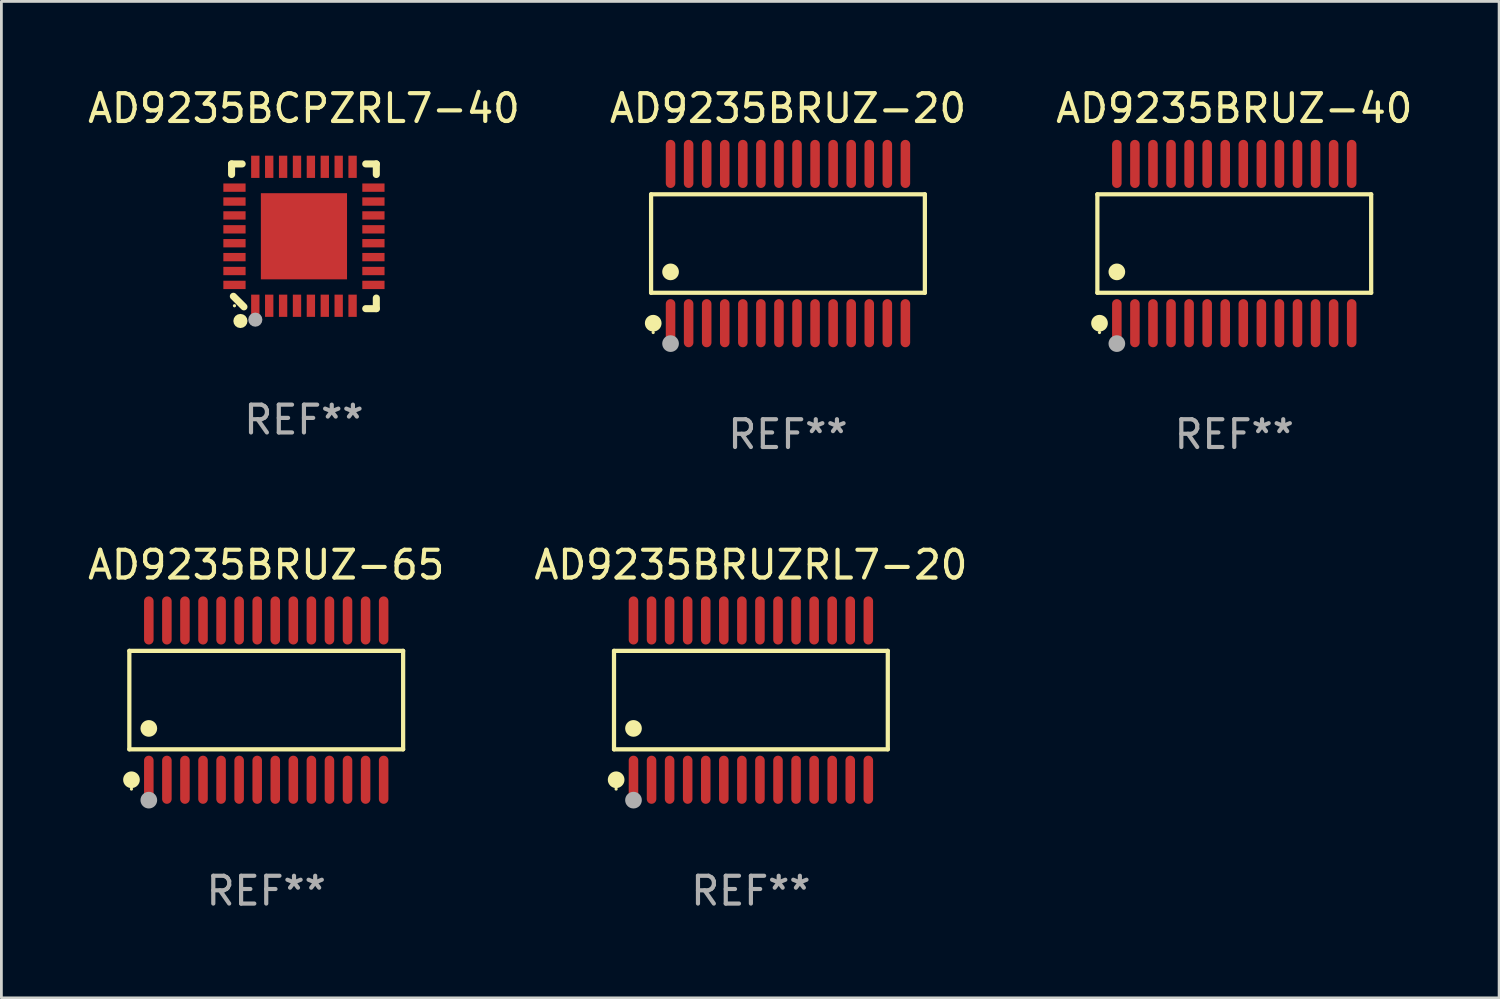
<source format=kicad_pcb>
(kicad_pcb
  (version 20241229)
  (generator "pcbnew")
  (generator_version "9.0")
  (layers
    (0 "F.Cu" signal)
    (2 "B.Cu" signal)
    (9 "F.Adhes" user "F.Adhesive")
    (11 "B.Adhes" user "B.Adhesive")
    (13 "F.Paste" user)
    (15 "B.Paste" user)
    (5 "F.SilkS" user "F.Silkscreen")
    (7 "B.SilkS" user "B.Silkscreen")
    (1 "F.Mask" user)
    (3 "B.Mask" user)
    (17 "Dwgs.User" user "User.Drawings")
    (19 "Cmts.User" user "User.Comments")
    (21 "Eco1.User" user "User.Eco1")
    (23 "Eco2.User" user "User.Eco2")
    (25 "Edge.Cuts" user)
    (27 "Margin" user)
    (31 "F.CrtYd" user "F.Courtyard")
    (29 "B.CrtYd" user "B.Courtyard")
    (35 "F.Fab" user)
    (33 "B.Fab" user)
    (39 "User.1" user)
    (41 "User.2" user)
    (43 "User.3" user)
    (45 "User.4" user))
  (footprint "AD9235BCPZRL7-40"
    (layer "F.Cu")
    (at 7.887 5.452)
    (property "Reference" "AD9235BCPZRL7-40" (at 0 -4.604 0) (layer "F.SilkS") (effects (font (size 1 1) (thickness 0.15))))
    (attr through_hole)
    (fp_line (start -2.604 -2.604) (end -2.604 -2.223) (stroke (width 0.254) (type solid)) (layer "F.SilkS"))
    (fp_line (start -2.54 2.159) (end -2.159 2.54) (stroke (width 0.254) (type solid)) (layer "F.SilkS"))
    (fp_line (start -2.223 -2.604) (end -2.604 -2.604) (stroke (width 0.254) (type solid)) (layer "F.SilkS"))
    (fp_line (start 2.223 2.604) (end 2.604 2.604) (stroke (width 0.254) (type solid)) (layer "F.SilkS"))
    (fp_line (start 2.604 -2.604) (end 2.223 -2.604) (stroke (width 0.254) (type solid)) (layer "F.SilkS"))
    (fp_line (start 2.604 -2.223) (end 2.604 -2.604) (stroke (width 0.254) (type solid)) (layer "F.SilkS"))
    (fp_line (start 2.604 2.604) (end 2.604 2.223) (stroke (width 0.254) (type solid)) (layer "F.SilkS"))
    (fp_circle (center -2.5 2.5) (end -2.47 2.5) (stroke (width 0.06) (type solid)) (fill no) (layer "F.SilkS"))
    (fp_circle (center -2.286 3.048) (end -2.159 3.048) (stroke (width 0.254) (type solid)) (fill no) (layer "F.SilkS"))
    (fp_circle (center -1.75 3) (end -1.623 3) (stroke (width 0.254) (type solid)) (fill no) (layer "F.Fab"))
    (fp_text user "REF**" (at 0 6.604 0) (layer "F.Fab") (effects (font (size 1 1) (thickness 0.15))))
    (pad "1" smd rect (at -1.75 2.5) (size 0.3 0.8) (layers "F.Cu" "F.Mask" "F.Paste"))
    (pad "2" smd rect (at -1.25 2.5) (size 0.3 0.8) (layers "F.Cu" "F.Mask" "F.Paste"))
    (pad "3" smd rect (at -0.75 2.5) (size 0.3 0.8) (layers "F.Cu" "F.Mask" "F.Paste"))
    (pad "4" smd rect (at -0.25 2.5) (size 0.3 0.8) (layers "F.Cu" "F.Mask" "F.Paste"))
    (pad "5" smd rect (at 0.25 2.5) (size 0.3 0.8) (layers "F.Cu" "F.Mask" "F.Paste"))
    (pad "6" smd rect (at 0.75 2.5) (size 0.3 0.8) (layers "F.Cu" "F.Mask" "F.Paste"))
    (pad "7" smd rect (at 1.25 2.5) (size 0.3 0.8) (layers "F.Cu" "F.Mask" "F.Paste"))
    (pad "8" smd rect (at 1.75 2.5) (size 0.3 0.8) (layers "F.Cu" "F.Mask" "F.Paste"))
    (pad "9" smd rect (at 2.5 1.75) (size 0.8 0.3) (layers "F.Cu" "F.Mask" "F.Paste"))
    (pad "10" smd rect (at 2.5 1.25) (size 0.8 0.3) (layers "F.Cu" "F.Mask" "F.Paste"))
    (pad "11" smd rect (at 2.5 0.75) (size 0.8 0.3) (layers "F.Cu" "F.Mask" "F.Paste"))
    (pad "12" smd rect (at 2.5 0.25) (size 0.8 0.3) (layers "F.Cu" "F.Mask" "F.Paste"))
    (pad "13" smd rect (at 2.5 -0.25) (size 0.8 0.3) (layers "F.Cu" "F.Mask" "F.Paste"))
    (pad "14" smd rect (at 2.5 -0.75) (size 0.8 0.3) (layers "F.Cu" "F.Mask" "F.Paste"))
    (pad "15" smd rect (at 2.5 -1.25) (size 0.8 0.3) (layers "F.Cu" "F.Mask" "F.Paste"))
    (pad "16" smd rect (at 2.5 -1.75) (size 0.8 0.3) (layers "F.Cu" "F.Mask" "F.Paste"))
    (pad "17" smd rect (at 1.75 -2.5) (size 0.3 0.8) (layers "F.Cu" "F.Mask" "F.Paste"))
    (pad "18" smd rect (at 1.25 -2.5) (size 0.3 0.8) (layers "F.Cu" "F.Mask" "F.Paste"))
    (pad "19" smd rect (at 0.75 -2.5) (size 0.3 0.8) (layers "F.Cu" "F.Mask" "F.Paste"))
    (pad "20" smd rect (at 0.25 -2.5) (size 0.3 0.8) (layers "F.Cu" "F.Mask" "F.Paste"))
    (pad "21" smd rect (at -0.25 -2.5) (size 0.3 0.8) (layers "F.Cu" "F.Mask" "F.Paste"))
    (pad "22" smd rect (at -0.75 -2.5) (size 0.3 0.8) (layers "F.Cu" "F.Mask" "F.Paste"))
    (pad "23" smd rect (at -1.25 -2.5) (size 0.3 0.8) (layers "F.Cu" "F.Mask" "F.Paste"))
    (pad "24" smd rect (at -1.75 -2.5) (size 0.3 0.8) (layers "F.Cu" "F.Mask" "F.Paste"))
    (pad "25" smd rect (at -2.5 -1.75) (size 0.8 0.3) (layers "F.Cu" "F.Mask" "F.Paste"))
    (pad "26" smd rect (at -2.5 -1.25) (size 0.8 0.3) (layers "F.Cu" "F.Mask" "F.Paste"))
    (pad "27" smd rect (at -2.5 -0.75) (size 0.8 0.3) (layers "F.Cu" "F.Mask" "F.Paste"))
    (pad "28" smd rect (at -2.5 -0.25) (size 0.8 0.3) (layers "F.Cu" "F.Mask" "F.Paste"))
    (pad "29" smd rect (at -2.5 0.25) (size 0.8 0.3) (layers "F.Cu" "F.Mask" "F.Paste"))
    (pad "30" smd rect (at -2.5 0.75) (size 0.8 0.3) (layers "F.Cu" "F.Mask" "F.Paste"))
    (pad "31" smd rect (at -2.5 1.25) (size 0.8 0.3) (layers "F.Cu" "F.Mask" "F.Paste"))
    (pad "32" smd rect (at -2.5 1.75) (size 0.8 0.3) (layers "F.Cu" "F.Mask" "F.Paste"))
    (pad "33" smd rect (at 0 -0.000025) (size 3.1 3.1) (layers "F.Cu" "F.Mask" "F.Paste")))
  (footprint "AD9235BRUZ-20"
    (layer "F.Cu")
    (at 25.304 5.714)
    (property "Reference" "AD9235BRUZ-20" (at 0 -4.866 0) (layer "F.SilkS") (effects (font (size 1 1) (thickness 0.15))))
    (attr through_hole)
    (fp_line (start -4.926 -1.772) (end 4.926 -1.772) (stroke (width 0.152) (type solid)) (layer "F.SilkS"))
    (fp_line (start -4.926 1.771) (end -4.926 -1.772) (stroke (width 0.152) (type solid)) (layer "F.SilkS"))
    (fp_line (start 4.926 -1.772) (end 4.926 1.771) (stroke (width 0.152) (type solid)) (layer "F.SilkS"))
    (fp_line (start 4.926 1.771) (end -4.926 1.771) (stroke (width 0.152) (type solid)) (layer "F.SilkS"))
    (fp_circle (center -4.85 3.2) (end -4.82 3.2) (stroke (width 0.06) (type solid)) (fill no) (layer "F.SilkS"))
    (fp_circle (center -4.849 2.866) (end -4.699 2.866) (stroke (width 0.3) (type solid)) (fill no) (layer "F.SilkS"))
    (fp_circle (center -4.225 1.019) (end -4.075 1.019) (stroke (width 0.3) (type solid)) (fill no) (layer "F.SilkS"))
    (fp_circle (center -4.225 3.6) (end -4.075 3.6) (stroke (width 0.3) (type solid)) (fill no) (layer "F.Fab"))
    (fp_text user "REF**" (at 0 6.866 0) (layer "F.Fab") (effects (font (size 1 1) (thickness 0.15))))
    (pad "1" smd oval (at -4.225 2.866) (size 0.343 1.731) (layers "F.Cu" "F.Mask" "F.Paste"))
    (pad "2" smd oval (at -3.575 2.866) (size 0.343 1.731) (layers "F.Cu" "F.Mask" "F.Paste"))
    (pad "3" smd oval (at -2.925 2.866) (size 0.343 1.731) (layers "F.Cu" "F.Mask" "F.Paste"))
    (pad "4" smd oval (at -2.275 2.866) (size 0.343 1.731) (layers "F.Cu" "F.Mask" "F.Paste"))
    (pad "5" smd oval (at -1.625 2.866) (size 0.343 1.731) (layers "F.Cu" "F.Mask" "F.Paste"))
    (pad "6" smd oval (at -0.975 2.866) (size 0.343 1.731) (layers "F.Cu" "F.Mask" "F.Paste"))
    (pad "7" smd oval (at -0.325 2.866) (size 0.343 1.731) (layers "F.Cu" "F.Mask" "F.Paste"))
    (pad "8" smd oval (at 0.325 2.866) (size 0.343 1.731) (layers "F.Cu" "F.Mask" "F.Paste"))
    (pad "9" smd oval (at 0.975 2.866) (size 0.343 1.731) (layers "F.Cu" "F.Mask" "F.Paste"))
    (pad "10" smd oval (at 1.625 2.866) (size 0.343 1.731) (layers "F.Cu" "F.Mask" "F.Paste"))
    (pad "11" smd oval (at 2.275 2.866) (size 0.343 1.731) (layers "F.Cu" "F.Mask" "F.Paste"))
    (pad "12" smd oval (at 2.925 2.866) (size 0.343 1.731) (layers "F.Cu" "F.Mask" "F.Paste"))
    (pad "13" smd oval (at 3.575 2.866) (size 0.343 1.731) (layers "F.Cu" "F.Mask" "F.Paste"))
    (pad "14" smd oval (at 4.225 2.866) (size 0.343 1.731) (layers "F.Cu" "F.Mask" "F.Paste"))
    (pad "15" smd oval (at 4.225 -2.866) (size 0.343 1.731) (layers "F.Cu" "F.Mask" "F.Paste"))
    (pad "16" smd oval (at 3.575 -2.866) (size 0.343 1.731) (layers "F.Cu" "F.Mask" "F.Paste"))
    (pad "17" smd oval (at 2.925 -2.866) (size 0.343 1.731) (layers "F.Cu" "F.Mask" "F.Paste"))
    (pad "18" smd oval (at 2.275 -2.866) (size 0.343 1.731) (layers "F.Cu" "F.Mask" "F.Paste"))
    (pad "19" smd oval (at 1.625 -2.866) (size 0.343 1.731) (layers "F.Cu" "F.Mask" "F.Paste"))
    (pad "20" smd oval (at 0.975 -2.866) (size 0.343 1.731) (layers "F.Cu" "F.Mask" "F.Paste"))
    (pad "21" smd oval (at 0.325 -2.866) (size 0.343 1.731) (layers "F.Cu" "F.Mask" "F.Paste"))
    (pad "22" smd oval (at -0.325 -2.866) (size 0.343 1.731) (layers "F.Cu" "F.Mask" "F.Paste"))
    (pad "23" smd oval (at -0.975 -2.866) (size 0.343 1.731) (layers "F.Cu" "F.Mask" "F.Paste"))
    (pad "24" smd oval (at -1.625 -2.866) (size 0.343 1.731) (layers "F.Cu" "F.Mask" "F.Paste"))
    (pad "25" smd oval (at -2.275 -2.866) (size 0.343 1.731) (layers "F.Cu" "F.Mask" "F.Paste"))
    (pad "26" smd oval (at -2.925 -2.866) (size 0.343 1.731) (layers "F.Cu" "F.Mask" "F.Paste"))
    (pad "27" smd oval (at -3.575 -2.866) (size 0.343 1.731) (layers "F.Cu" "F.Mask" "F.Paste"))
    (pad "28" smd oval (at -4.225 -2.866) (size 0.343 1.731) (layers "F.Cu" "F.Mask" "F.Paste")))
  (footprint "AD9235BRUZRL7-20"
    (layer "F.Cu")
    (at 23.97 22.142)
    (property "Reference" "AD9235BRUZRL7-20" (at 0 -4.866 0) (layer "F.SilkS") (effects (font (size 1 1) (thickness 0.15))))
    (attr through_hole)
    (fp_line (start -4.926 -1.772) (end 4.926 -1.772) (stroke (width 0.152) (type solid)) (layer "F.SilkS"))
    (fp_line (start -4.926 1.771) (end -4.926 -1.772) (stroke (width 0.152) (type solid)) (layer "F.SilkS"))
    (fp_line (start 4.926 -1.772) (end 4.926 1.771) (stroke (width 0.152) (type solid)) (layer "F.SilkS"))
    (fp_line (start 4.926 1.771) (end -4.926 1.771) (stroke (width 0.152) (type solid)) (layer "F.SilkS"))
    (fp_circle (center -4.85 3.2) (end -4.82 3.2) (stroke (width 0.06) (type solid)) (fill no) (layer "F.SilkS"))
    (fp_circle (center -4.849 2.866) (end -4.699 2.866) (stroke (width 0.3) (type solid)) (fill no) (layer "F.SilkS"))
    (fp_circle (center -4.225 1.019) (end -4.075 1.019) (stroke (width 0.3) (type solid)) (fill no) (layer "F.SilkS"))
    (fp_circle (center -4.225 3.6) (end -4.075 3.6) (stroke (width 0.3) (type solid)) (fill no) (layer "F.Fab"))
    (fp_text user "REF**" (at 0 6.866 0) (layer "F.Fab") (effects (font (size 1 1) (thickness 0.15))))
    (pad "1" smd oval (at -4.225 2.866) (size 0.343 1.731) (layers "F.Cu" "F.Mask" "F.Paste"))
    (pad "2" smd oval (at -3.575 2.866) (size 0.343 1.731) (layers "F.Cu" "F.Mask" "F.Paste"))
    (pad "3" smd oval (at -2.925 2.866) (size 0.343 1.731) (layers "F.Cu" "F.Mask" "F.Paste"))
    (pad "4" smd oval (at -2.275 2.866) (size 0.343 1.731) (layers "F.Cu" "F.Mask" "F.Paste"))
    (pad "5" smd oval (at -1.625 2.866) (size 0.343 1.731) (layers "F.Cu" "F.Mask" "F.Paste"))
    (pad "6" smd oval (at -0.975 2.866) (size 0.343 1.731) (layers "F.Cu" "F.Mask" "F.Paste"))
    (pad "7" smd oval (at -0.325 2.866) (size 0.343 1.731) (layers "F.Cu" "F.Mask" "F.Paste"))
    (pad "8" smd oval (at 0.325 2.866) (size 0.343 1.731) (layers "F.Cu" "F.Mask" "F.Paste"))
    (pad "9" smd oval (at 0.975 2.866) (size 0.343 1.731) (layers "F.Cu" "F.Mask" "F.Paste"))
    (pad "10" smd oval (at 1.625 2.866) (size 0.343 1.731) (layers "F.Cu" "F.Mask" "F.Paste"))
    (pad "11" smd oval (at 2.275 2.866) (size 0.343 1.731) (layers "F.Cu" "F.Mask" "F.Paste"))
    (pad "12" smd oval (at 2.925 2.866) (size 0.343 1.731) (layers "F.Cu" "F.Mask" "F.Paste"))
    (pad "13" smd oval (at 3.575 2.866) (size 0.343 1.731) (layers "F.Cu" "F.Mask" "F.Paste"))
    (pad "14" smd oval (at 4.225 2.866) (size 0.343 1.731) (layers "F.Cu" "F.Mask" "F.Paste"))
    (pad "15" smd oval (at 4.225 -2.866) (size 0.343 1.731) (layers "F.Cu" "F.Mask" "F.Paste"))
    (pad "16" smd oval (at 3.575 -2.866) (size 0.343 1.731) (layers "F.Cu" "F.Mask" "F.Paste"))
    (pad "17" smd oval (at 2.925 -2.866) (size 0.343 1.731) (layers "F.Cu" "F.Mask" "F.Paste"))
    (pad "18" smd oval (at 2.275 -2.866) (size 0.343 1.731) (layers "F.Cu" "F.Mask" "F.Paste"))
    (pad "19" smd oval (at 1.625 -2.866) (size 0.343 1.731) (layers "F.Cu" "F.Mask" "F.Paste"))
    (pad "20" smd oval (at 0.975 -2.866) (size 0.343 1.731) (layers "F.Cu" "F.Mask" "F.Paste"))
    (pad "21" smd oval (at 0.325 -2.866) (size 0.343 1.731) (layers "F.Cu" "F.Mask" "F.Paste"))
    (pad "22" smd oval (at -0.325 -2.866) (size 0.343 1.731) (layers "F.Cu" "F.Mask" "F.Paste"))
    (pad "23" smd oval (at -0.975 -2.866) (size 0.343 1.731) (layers "F.Cu" "F.Mask" "F.Paste"))
    (pad "24" smd oval (at -1.625 -2.866) (size 0.343 1.731) (layers "F.Cu" "F.Mask" "F.Paste"))
    (pad "25" smd oval (at -2.275 -2.866) (size 0.343 1.731) (layers "F.Cu" "F.Mask" "F.Paste"))
    (pad "26" smd oval (at -2.925 -2.866) (size 0.343 1.731) (layers "F.Cu" "F.Mask" "F.Paste"))
    (pad "27" smd oval (at -3.575 -2.866) (size 0.343 1.731) (layers "F.Cu" "F.Mask" "F.Paste"))
    (pad "28" smd oval (at -4.225 -2.866) (size 0.343 1.731) (layers "F.Cu" "F.Mask" "F.Paste")))
  (footprint "AD9235BRUZ-40"
    (layer "F.Cu")
    (at 41.363 5.714)
    (property "Reference" "AD9235BRUZ-40" (at 0 -4.866 0) (layer "F.SilkS") (effects (font (size 1 1) (thickness 0.15))))
    (attr through_hole)
    (fp_line (start -4.926 -1.772) (end 4.926 -1.772) (stroke (width 0.152) (type solid)) (layer "F.SilkS"))
    (fp_line (start -4.926 1.771) (end -4.926 -1.772) (stroke (width 0.152) (type solid)) (layer "F.SilkS"))
    (fp_line (start 4.926 -1.772) (end 4.926 1.771) (stroke (width 0.152) (type solid)) (layer "F.SilkS"))
    (fp_line (start 4.926 1.771) (end -4.926 1.771) (stroke (width 0.152) (type solid)) (layer "F.SilkS"))
    (fp_circle (center -4.85 3.2) (end -4.82 3.2) (stroke (width 0.06) (type solid)) (fill no) (layer "F.SilkS"))
    (fp_circle (center -4.849 2.866) (end -4.699 2.866) (stroke (width 0.3) (type solid)) (fill no) (layer "F.SilkS"))
    (fp_circle (center -4.225 1.019) (end -4.075 1.019) (stroke (width 0.3) (type solid)) (fill no) (layer "F.SilkS"))
    (fp_circle (center -4.225 3.6) (end -4.075 3.6) (stroke (width 0.3) (type solid)) (fill no) (layer "F.Fab"))
    (fp_text user "REF**" (at 0 6.866 0) (layer "F.Fab") (effects (font (size 1 1) (thickness 0.15))))
    (pad "1" smd oval (at -4.225 2.866) (size 0.343 1.731) (layers "F.Cu" "F.Mask" "F.Paste"))
    (pad "2" smd oval (at -3.575 2.866) (size 0.343 1.731) (layers "F.Cu" "F.Mask" "F.Paste"))
    (pad "3" smd oval (at -2.925 2.866) (size 0.343 1.731) (layers "F.Cu" "F.Mask" "F.Paste"))
    (pad "4" smd oval (at -2.275 2.866) (size 0.343 1.731) (layers "F.Cu" "F.Mask" "F.Paste"))
    (pad "5" smd oval (at -1.625 2.866) (size 0.343 1.731) (layers "F.Cu" "F.Mask" "F.Paste"))
    (pad "6" smd oval (at -0.975 2.866) (size 0.343 1.731) (layers "F.Cu" "F.Mask" "F.Paste"))
    (pad "7" smd oval (at -0.325 2.866) (size 0.343 1.731) (layers "F.Cu" "F.Mask" "F.Paste"))
    (pad "8" smd oval (at 0.325 2.866) (size 0.343 1.731) (layers "F.Cu" "F.Mask" "F.Paste"))
    (pad "9" smd oval (at 0.975 2.866) (size 0.343 1.731) (layers "F.Cu" "F.Mask" "F.Paste"))
    (pad "10" smd oval (at 1.625 2.866) (size 0.343 1.731) (layers "F.Cu" "F.Mask" "F.Paste"))
    (pad "11" smd oval (at 2.275 2.866) (size 0.343 1.731) (layers "F.Cu" "F.Mask" "F.Paste"))
    (pad "12" smd oval (at 2.925 2.866) (size 0.343 1.731) (layers "F.Cu" "F.Mask" "F.Paste"))
    (pad "13" smd oval (at 3.575 2.866) (size 0.343 1.731) (layers "F.Cu" "F.Mask" "F.Paste"))
    (pad "14" smd oval (at 4.225 2.866) (size 0.343 1.731) (layers "F.Cu" "F.Mask" "F.Paste"))
    (pad "15" smd oval (at 4.225 -2.866) (size 0.343 1.731) (layers "F.Cu" "F.Mask" "F.Paste"))
    (pad "16" smd oval (at 3.575 -2.866) (size 0.343 1.731) (layers "F.Cu" "F.Mask" "F.Paste"))
    (pad "17" smd oval (at 2.925 -2.866) (size 0.343 1.731) (layers "F.Cu" "F.Mask" "F.Paste"))
    (pad "18" smd oval (at 2.275 -2.866) (size 0.343 1.731) (layers "F.Cu" "F.Mask" "F.Paste"))
    (pad "19" smd oval (at 1.625 -2.866) (size 0.343 1.731) (layers "F.Cu" "F.Mask" "F.Paste"))
    (pad "20" smd oval (at 0.975 -2.866) (size 0.343 1.731) (layers "F.Cu" "F.Mask" "F.Paste"))
    (pad "21" smd oval (at 0.325 -2.866) (size 0.343 1.731) (layers "F.Cu" "F.Mask" "F.Paste"))
    (pad "22" smd oval (at -0.325 -2.866) (size 0.343 1.731) (layers "F.Cu" "F.Mask" "F.Paste"))
    (pad "23" smd oval (at -0.975 -2.866) (size 0.343 1.731) (layers "F.Cu" "F.Mask" "F.Paste"))
    (pad "24" smd oval (at -1.625 -2.866) (size 0.343 1.731) (layers "F.Cu" "F.Mask" "F.Paste"))
    (pad "25" smd oval (at -2.275 -2.866) (size 0.343 1.731) (layers "F.Cu" "F.Mask" "F.Paste"))
    (pad "26" smd oval (at -2.925 -2.866) (size 0.343 1.731) (layers "F.Cu" "F.Mask" "F.Paste"))
    (pad "27" smd oval (at -3.575 -2.866) (size 0.343 1.731) (layers "F.Cu" "F.Mask" "F.Paste"))
    (pad "28" smd oval (at -4.225 -2.866) (size 0.343 1.731) (layers "F.Cu" "F.Mask" "F.Paste")))
  (footprint "AD9235BRUZ-65"
    (layer "F.Cu")
    (at 6.53 22.142)
    (property "Reference" "AD9235BRUZ-65" (at 0 -4.866 0) (layer "F.SilkS") (effects (font (size 1 1) (thickness 0.15))))
    (attr through_hole)
    (fp_line (start -4.926 -1.772) (end 4.926 -1.772) (stroke (width 0.152) (type solid)) (layer "F.SilkS"))
    (fp_line (start -4.926 1.771) (end -4.926 -1.772) (stroke (width 0.152) (type solid)) (layer "F.SilkS"))
    (fp_line (start 4.926 -1.772) (end 4.926 1.771) (stroke (width 0.152) (type solid)) (layer "F.SilkS"))
    (fp_line (start 4.926 1.771) (end -4.926 1.771) (stroke (width 0.152) (type solid)) (layer "F.SilkS"))
    (fp_circle (center -4.85 3.2) (end -4.82 3.2) (stroke (width 0.06) (type solid)) (fill no) (layer "F.SilkS"))
    (fp_circle (center -4.849 2.866) (end -4.699 2.866) (stroke (width 0.3) (type solid)) (fill no) (layer "F.SilkS"))
    (fp_circle (center -4.225 1.019) (end -4.075 1.019) (stroke (width 0.3) (type solid)) (fill no) (layer "F.SilkS"))
    (fp_circle (center -4.225 3.6) (end -4.075 3.6) (stroke (width 0.3) (type solid)) (fill no) (layer "F.Fab"))
    (fp_text user "REF**" (at 0 6.866 0) (layer "F.Fab") (effects (font (size 1 1) (thickness 0.15))))
    (pad "1" smd oval (at -4.225 2.866) (size 0.343 1.731) (layers "F.Cu" "F.Mask" "F.Paste"))
    (pad "2" smd oval (at -3.575 2.866) (size 0.343 1.731) (layers "F.Cu" "F.Mask" "F.Paste"))
    (pad "3" smd oval (at -2.925 2.866) (size 0.343 1.731) (layers "F.Cu" "F.Mask" "F.Paste"))
    (pad "4" smd oval (at -2.275 2.866) (size 0.343 1.731) (layers "F.Cu" "F.Mask" "F.Paste"))
    (pad "5" smd oval (at -1.625 2.866) (size 0.343 1.731) (layers "F.Cu" "F.Mask" "F.Paste"))
    (pad "6" smd oval (at -0.975 2.866) (size 0.343 1.731) (layers "F.Cu" "F.Mask" "F.Paste"))
    (pad "7" smd oval (at -0.325 2.866) (size 0.343 1.731) (layers "F.Cu" "F.Mask" "F.Paste"))
    (pad "8" smd oval (at 0.325 2.866) (size 0.343 1.731) (layers "F.Cu" "F.Mask" "F.Paste"))
    (pad "9" smd oval (at 0.975 2.866) (size 0.343 1.731) (layers "F.Cu" "F.Mask" "F.Paste"))
    (pad "10" smd oval (at 1.625 2.866) (size 0.343 1.731) (layers "F.Cu" "F.Mask" "F.Paste"))
    (pad "11" smd oval (at 2.275 2.866) (size 0.343 1.731) (layers "F.Cu" "F.Mask" "F.Paste"))
    (pad "12" smd oval (at 2.925 2.866) (size 0.343 1.731) (layers "F.Cu" "F.Mask" "F.Paste"))
    (pad "13" smd oval (at 3.575 2.866) (size 0.343 1.731) (layers "F.Cu" "F.Mask" "F.Paste"))
    (pad "14" smd oval (at 4.225 2.866) (size 0.343 1.731) (layers "F.Cu" "F.Mask" "F.Paste"))
    (pad "15" smd oval (at 4.225 -2.866) (size 0.343 1.731) (layers "F.Cu" "F.Mask" "F.Paste"))
    (pad "16" smd oval (at 3.575 -2.866) (size 0.343 1.731) (layers "F.Cu" "F.Mask" "F.Paste"))
    (pad "17" smd oval (at 2.925 -2.866) (size 0.343 1.731) (layers "F.Cu" "F.Mask" "F.Paste"))
    (pad "18" smd oval (at 2.275 -2.866) (size 0.343 1.731) (layers "F.Cu" "F.Mask" "F.Paste"))
    (pad "19" smd oval (at 1.625 -2.866) (size 0.343 1.731) (layers "F.Cu" "F.Mask" "F.Paste"))
    (pad "20" smd oval (at 0.975 -2.866) (size 0.343 1.731) (layers "F.Cu" "F.Mask" "F.Paste"))
    (pad "21" smd oval (at 0.325 -2.866) (size 0.343 1.731) (layers "F.Cu" "F.Mask" "F.Paste"))
    (pad "22" smd oval (at -0.325 -2.866) (size 0.343 1.731) (layers "F.Cu" "F.Mask" "F.Paste"))
    (pad "23" smd oval (at -0.975 -2.866) (size 0.343 1.731) (layers "F.Cu" "F.Mask" "F.Paste"))
    (pad "24" smd oval (at -1.625 -2.866) (size 0.343 1.731) (layers "F.Cu" "F.Mask" "F.Paste"))
    (pad "25" smd oval (at -2.275 -2.866) (size 0.343 1.731) (layers "F.Cu" "F.Mask" "F.Paste"))
    (pad "26" smd oval (at -2.925 -2.866) (size 0.343 1.731) (layers "F.Cu" "F.Mask" "F.Paste"))
    (pad "27" smd oval (at -3.575 -2.866) (size 0.343 1.731) (layers "F.Cu" "F.Mask" "F.Paste"))
    (pad "28" smd oval (at -4.225 -2.866) (size 0.343 1.731) (layers "F.Cu" "F.Mask" "F.Paste")))
  (gr_rect
    (start -3 -3)
    (end 50.893 32.856)
    (stroke (width 0.1) (type default))
    (fill no)
    (layer "Edge.Cuts")))
</source>
